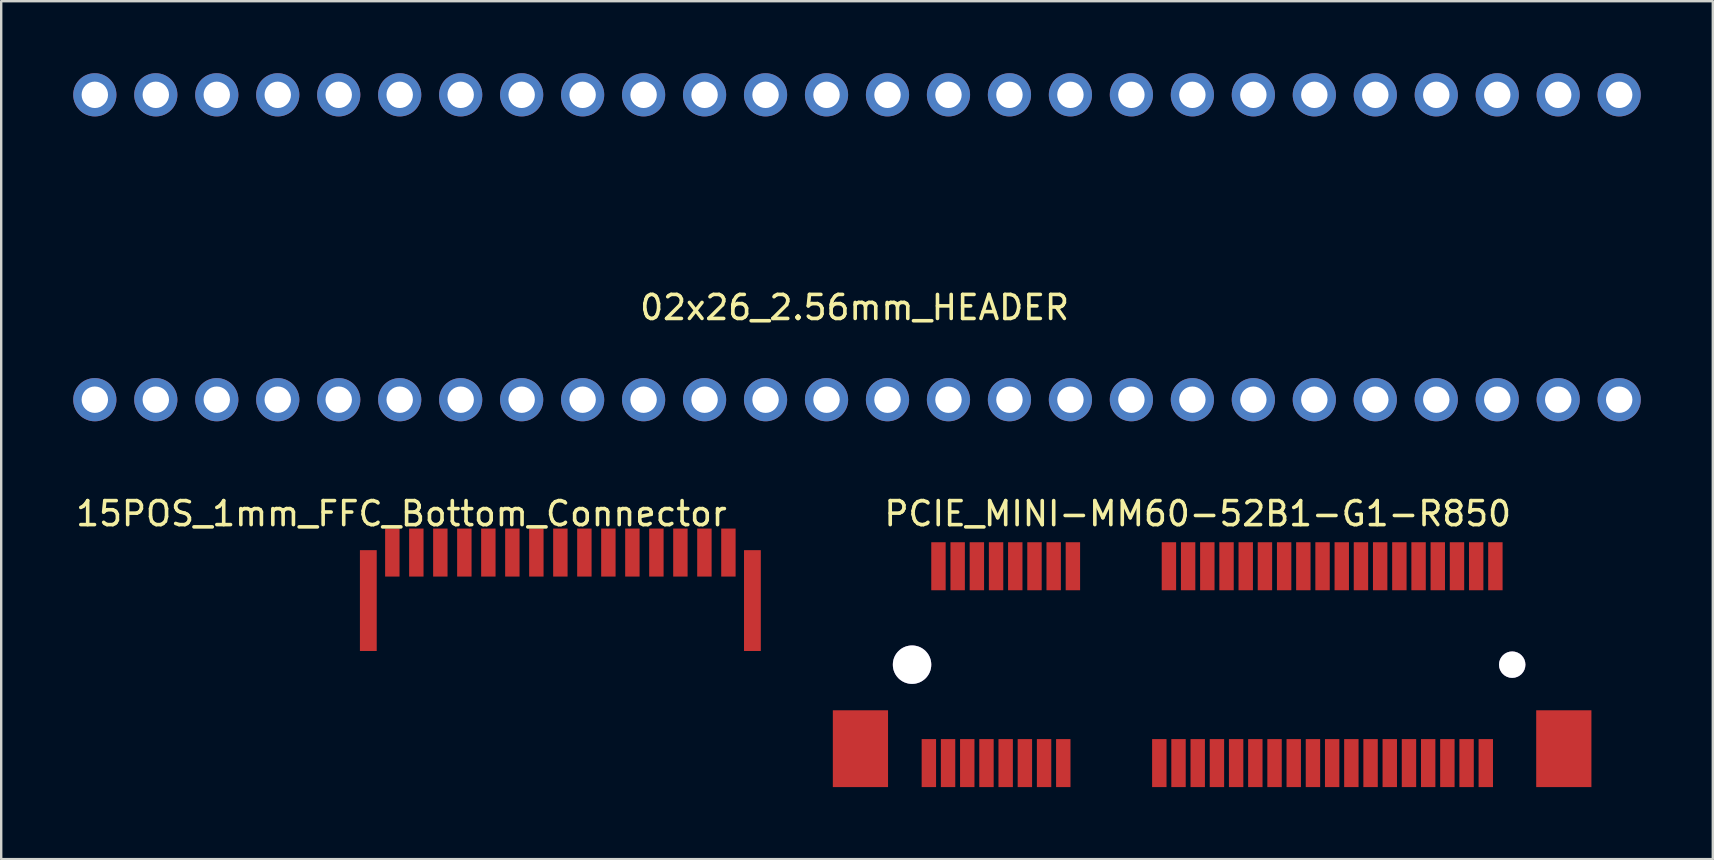
<source format=kicad_pcb>
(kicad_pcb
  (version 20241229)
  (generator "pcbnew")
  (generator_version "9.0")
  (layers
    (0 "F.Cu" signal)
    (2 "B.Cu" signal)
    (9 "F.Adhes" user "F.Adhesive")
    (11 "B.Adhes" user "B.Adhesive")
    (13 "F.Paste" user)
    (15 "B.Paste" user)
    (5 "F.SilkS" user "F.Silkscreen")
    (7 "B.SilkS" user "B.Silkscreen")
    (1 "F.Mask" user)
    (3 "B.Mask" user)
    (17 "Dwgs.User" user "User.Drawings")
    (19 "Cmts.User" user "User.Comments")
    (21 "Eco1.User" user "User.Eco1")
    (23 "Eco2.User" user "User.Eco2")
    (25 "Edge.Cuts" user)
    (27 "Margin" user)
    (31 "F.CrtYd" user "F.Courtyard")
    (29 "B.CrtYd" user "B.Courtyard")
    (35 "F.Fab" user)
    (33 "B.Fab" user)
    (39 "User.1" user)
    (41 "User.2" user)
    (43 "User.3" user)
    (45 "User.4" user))
  (footprint "PCIE_MINI-MM60-52B1-G1-R850"
    (layer "F.Cu")
    (at 34.943 24.638)
    (property "Reference" "PCIE_MINI-MM60-52B1-G1-R850" (at 11.9 -6.29 0) (layer "F.SilkS") (effects (font (size 1 1) (thickness 0.15))))
    (attr through_hole)
    (pad "" smd rect (at -2.15 3.5) (size 2.3 3.2) (layers "F.Cu" "F.Mask" "F.Paste"))
    (pad "" thru_hole circle (at 0 0) (size 1.6 1.6) (drill 1.6) (layers "*.Cu" "*.Mask"))
    (pad "" thru_hole circle (at 25 0) (size 1.1 1.1) (drill 1.1) (layers "*.Cu" "*.Mask"))
    (pad "" smd rect (at 27.15 3.5) (size 2.3 3.2) (layers "F.Cu" "F.Mask" "F.Paste"))
    (pad "1" smd rect (at 0.7 4.1) (size 0.6 2) (layers "F.Cu" "F.Mask" "F.Paste"))
    (pad "2" smd rect (at 1.1 -4.1) (size 0.6 2) (layers "F.Cu" "F.Mask" "F.Paste"))
    (pad "3" smd rect (at 1.5 4.1) (size 0.6 2) (layers "F.Cu" "F.Mask" "F.Paste"))
    (pad "4" smd rect (at 1.9 -4.1) (size 0.6 2) (layers "F.Cu" "F.Mask" "F.Paste"))
    (pad "5" smd rect (at 2.3 4.1) (size 0.6 2) (layers "F.Cu" "F.Mask" "F.Paste"))
    (pad "6" smd rect (at 2.7 -4.1) (size 0.6 2) (layers "F.Cu" "F.Mask" "F.Paste"))
    (pad "7" smd rect (at 3.1 4.1) (size 0.6 2) (layers "F.Cu" "F.Mask" "F.Paste"))
    (pad "8" smd rect (at 3.5 -4.1) (size 0.6 2) (layers "F.Cu" "F.Mask" "F.Paste"))
    (pad "9" smd rect (at 3.9 4.1) (size 0.6 2) (layers "F.Cu" "F.Mask" "F.Paste"))
    (pad "10" smd rect (at 4.3 -4.1) (size 0.6 2) (layers "F.Cu" "F.Mask" "F.Paste"))
    (pad "11" smd rect (at 4.7 4.1) (size 0.6 2) (layers "F.Cu" "F.Mask" "F.Paste"))
    (pad "12" smd rect (at 5.1 -4.1) (size 0.6 2) (layers "F.Cu" "F.Mask" "F.Paste"))
    (pad "13" smd rect (at 5.5 4.1) (size 0.6 2) (layers "F.Cu" "F.Mask" "F.Paste"))
    (pad "14" smd rect (at 5.9 -4.1) (size 0.6 2) (layers "F.Cu" "F.Mask" "F.Paste"))
    (pad "15" smd rect (at 6.3 4.1) (size 0.6 2) (layers "F.Cu" "F.Mask" "F.Paste"))
    (pad "16" smd rect (at 6.7 -4.1) (size 0.6 2) (layers "F.Cu" "F.Mask" "F.Paste"))
    (pad "17" smd rect (at 10.3 4.1) (size 0.6 2) (layers "F.Cu" "F.Mask" "F.Paste"))
    (pad "18" smd rect (at 10.7 -4.1) (size 0.6 2) (layers "F.Cu" "F.Mask" "F.Paste"))
    (pad "19" smd rect (at 11.1 4.1) (size 0.6 2) (layers "F.Cu" "F.Mask" "F.Paste"))
    (pad "20" smd rect (at 11.5 -4.1) (size 0.6 2) (layers "F.Cu" "F.Mask" "F.Paste"))
    (pad "21" smd rect (at 11.9 4.1) (size 0.6 2) (layers "F.Cu" "F.Mask" "F.Paste"))
    (pad "22" smd rect (at 12.3 -4.1) (size 0.6 2) (layers "F.Cu" "F.Mask" "F.Paste"))
    (pad "23" smd rect (at 12.7 4.1) (size 0.6 2) (layers "F.Cu" "F.Mask" "F.Paste"))
    (pad "24" smd rect (at 13.1 -4.1) (size 0.6 2) (layers "F.Cu" "F.Mask" "F.Paste"))
    (pad "25" smd rect (at 13.5 4.1) (size 0.6 2) (layers "F.Cu" "F.Mask" "F.Paste"))
    (pad "26" smd rect (at 13.9 -4.1) (size 0.6 2) (layers "F.Cu" "F.Mask" "F.Paste"))
    (pad "27" smd rect (at 14.3 4.1) (size 0.6 2) (layers "F.Cu" "F.Mask" "F.Paste"))
    (pad "28" smd rect (at 14.7 -4.1) (size 0.6 2) (layers "F.Cu" "F.Mask" "F.Paste"))
    (pad "29" smd rect (at 15.1 4.1) (size 0.6 2) (layers "F.Cu" "F.Mask" "F.Paste"))
    (pad "30" smd rect (at 15.5 -4.1) (size 0.6 2) (layers "F.Cu" "F.Mask" "F.Paste"))
    (pad "31" smd rect (at 15.9 4.1) (size 0.6 2) (layers "F.Cu" "F.Mask" "F.Paste"))
    (pad "32" smd rect (at 16.3 -4.1) (size 0.6 2) (layers "F.Cu" "F.Mask" "F.Paste"))
    (pad "33" smd rect (at 16.7 4.1) (size 0.6 2) (layers "F.Cu" "F.Mask" "F.Paste"))
    (pad "34" smd rect (at 17.1 -4.1) (size 0.6 2) (layers "F.Cu" "F.Mask" "F.Paste"))
    (pad "35" smd rect (at 17.5 4.1) (size 0.6 2) (layers "F.Cu" "F.Mask" "F.Paste"))
    (pad "36" smd rect (at 17.9 -4.1) (size 0.6 2) (layers "F.Cu" "F.Mask" "F.Paste"))
    (pad "37" smd rect (at 18.3 4.1) (size 0.6 2) (layers "F.Cu" "F.Mask" "F.Paste"))
    (pad "38" smd rect (at 18.7 -4.1) (size 0.6 2) (layers "F.Cu" "F.Mask" "F.Paste"))
    (pad "39" smd rect (at 19.1 4.1) (size 0.6 2) (layers "F.Cu" "F.Mask" "F.Paste"))
    (pad "40" smd rect (at 19.5 -4.1) (size 0.6 2) (layers "F.Cu" "F.Mask" "F.Paste"))
    (pad "41" smd rect (at 19.9 4.1) (size 0.6 2) (layers "F.Cu" "F.Mask" "F.Paste"))
    (pad "42" smd rect (at 20.3 -4.1) (size 0.6 2) (layers "F.Cu" "F.Mask" "F.Paste"))
    (pad "43" smd rect (at 20.7 4.1) (size 0.6 2) (layers "F.Cu" "F.Mask" "F.Paste"))
    (pad "44" smd rect (at 21.1 -4.1) (size 0.6 2) (layers "F.Cu" "F.Mask" "F.Paste"))
    (pad "45" smd rect (at 21.5 4.1) (size 0.6 2) (layers "F.Cu" "F.Mask" "F.Paste"))
    (pad "46" smd rect (at 21.9 -4.1) (size 0.6 2) (layers "F.Cu" "F.Mask" "F.Paste"))
    (pad "47" smd rect (at 22.3 4.1) (size 0.6 2) (layers "F.Cu" "F.Mask" "F.Paste"))
    (pad "48" smd rect (at 22.7 -4.1) (size 0.6 2) (layers "F.Cu" "F.Mask" "F.Paste"))
    (pad "49" smd rect (at 23.1 4.1) (size 0.6 2) (layers "F.Cu" "F.Mask" "F.Paste"))
    (pad "50" smd rect (at 23.5 -4.1) (size 0.6 2) (layers "F.Cu" "F.Mask" "F.Paste"))
    (pad "51" smd rect (at 23.9 4.1) (size 0.6 2) (layers "F.Cu" "F.Mask" "F.Paste"))
    (pad "52" smd rect (at 24.3 -4.1) (size 0.6 2) (layers "F.Cu" "F.Mask" "F.Paste")))
  (footprint "02x26_2.56mm_HEADER"
    (layer "F.Cu")
    (at 0.9 13.6)
    (property "Reference" "02x26_2.56mm_HEADER" (at 31.65 -3.84 0) (layer "F.SilkS") (effects (font (size 1 1) (thickness 0.15))))
    (attr through_hole)
    (pad "1" thru_hole circle (at 0 0) (size 1.8 1.8) (drill 1.1) (layers "*.Cu" "*.Mask"))
    (pad "2" thru_hole circle (at 2.54 0) (size 1.8 1.8) (drill 1.1) (layers "*.Cu" "*.Mask"))
    (pad "3" thru_hole circle (at 5.08 0) (size 1.8 1.8) (drill 1.1) (layers "*.Cu" "*.Mask"))
    (pad "4" thru_hole circle (at 7.62 0 90) (size 1.8 1.8) (drill 1.1) (layers "*.Cu" "*.Mask"))
    (pad "5" thru_hole circle (at 10.16 0) (size 1.8 1.8) (drill 1.1) (layers "*.Cu" "*.Mask"))
    (pad "6" thru_hole circle (at 12.7 0) (size 1.8 1.8) (drill 1.1) (layers "*.Cu" "*.Mask"))
    (pad "7" thru_hole circle (at 15.24 0) (size 1.8 1.8) (drill 1.1) (layers "*.Cu" "*.Mask"))
    (pad "8" thru_hole circle (at 17.78 0) (size 1.8 1.8) (drill 1.1) (layers "*.Cu" "*.Mask"))
    (pad "9" thru_hole circle (at 20.32 0) (size 1.8 1.8) (drill 1.1) (layers "*.Cu" "*.Mask"))
    (pad "10" thru_hole circle (at 22.86 0) (size 1.8 1.8) (drill 1.1) (layers "*.Cu" "*.Mask"))
    (pad "11" thru_hole circle (at 25.4 0) (size 1.8 1.8) (drill 1.1) (layers "*.Cu" "*.Mask"))
    (pad "12" thru_hole circle (at 27.94 0) (size 1.8 1.8) (drill 1.1) (layers "*.Cu" "*.Mask"))
    (pad "13" thru_hole circle (at 30.48 0) (size 1.8 1.8) (drill 1.1) (layers "*.Cu" "*.Mask"))
    (pad "14" thru_hole circle (at 33.02 0) (size 1.8 1.8) (drill 1.1) (layers "*.Cu" "*.Mask"))
    (pad "15" thru_hole circle (at 35.56 0) (size 1.8 1.8) (drill 1.1) (layers "*.Cu" "*.Mask"))
    (pad "16" thru_hole circle (at 38.1 0) (size 1.8 1.8) (drill 1.1) (layers "*.Cu" "*.Mask"))
    (pad "17" thru_hole circle (at 40.64 0) (size 1.8 1.8) (drill 1.1) (layers "*.Cu" "*.Mask"))
    (pad "18" thru_hole circle (at 43.18 0) (size 1.8 1.8) (drill 1.1) (layers "*.Cu" "*.Mask"))
    (pad "19" thru_hole circle (at 45.72 0) (size 1.8 1.8) (drill 1.1) (layers "*.Cu" "*.Mask"))
    (pad "20" thru_hole circle (at 48.26 0) (size 1.8 1.8) (drill 1.1) (layers "*.Cu" "*.Mask"))
    (pad "21" thru_hole circle (at 50.8 0) (size 1.8 1.8) (drill 1.1) (layers "*.Cu" "*.Mask"))
    (pad "22" thru_hole circle (at 53.34 0) (size 1.8 1.8) (drill 1.1) (layers "*.Cu" "*.Mask"))
    (pad "23" thru_hole circle (at 55.88 0) (size 1.8 1.8) (drill 1.1) (layers "*.Cu" "*.Mask"))
    (pad "24" thru_hole circle (at 58.42 0) (size 1.8 1.8) (drill 1.1) (layers "*.Cu" "*.Mask"))
    (pad "25" thru_hole circle (at 60.96 0) (size 1.8 1.8) (drill 1.1) (layers "*.Cu" "*.Mask"))
    (pad "26" thru_hole circle (at 63.5 0) (size 1.8 1.8) (drill 1.1) (layers "*.Cu" "*.Mask"))
    (pad "27" thru_hole circle (at 63.5 -12.7) (size 1.8 1.8) (drill 1.1) (layers "*.Cu" "*.Mask"))
    (pad "28" thru_hole circle (at 60.96 -12.7) (size 1.8 1.8) (drill 1.1) (layers "*.Cu" "*.Mask"))
    (pad "29" thru_hole circle (at 58.42 -12.7) (size 1.8 1.8) (drill 1.1) (layers "*.Cu" "*.Mask"))
    (pad "30" thru_hole circle (at 55.88 -12.7) (size 1.8 1.8) (drill 1.1) (layers "*.Cu" "*.Mask"))
    (pad "31" thru_hole circle (at 53.34 -12.7) (size 1.8 1.8) (drill 1.1) (layers "*.Cu" "*.Mask"))
    (pad "32" thru_hole circle (at 50.8 -12.7) (size 1.8 1.8) (drill 1.1) (layers "*.Cu" "*.Mask"))
    (pad "33" thru_hole circle (at 48.26 -12.7) (size 1.8 1.8) (drill 1.1) (layers "*.Cu" "*.Mask"))
    (pad "34" thru_hole circle (at 45.72 -12.7) (size 1.8 1.8) (drill 1.1) (layers "*.Cu" "*.Mask"))
    (pad "35" thru_hole circle (at 43.18 -12.7) (size 1.8 1.8) (drill 1.1) (layers "*.Cu" "*.Mask"))
    (pad "36" thru_hole circle (at 40.64 -12.7) (size 1.8 1.8) (drill 1.1) (layers "*.Cu" "*.Mask"))
    (pad "37" thru_hole circle (at 38.1 -12.7) (size 1.8 1.8) (drill 1.1) (layers "*.Cu" "*.Mask"))
    (pad "38" thru_hole circle (at 35.56 -12.7) (size 1.8 1.8) (drill 1.1) (layers "*.Cu" "*.Mask"))
    (pad "39" thru_hole circle (at 33.02 -12.7) (size 1.8 1.8) (drill 1.1) (layers "*.Cu" "*.Mask"))
    (pad "40" thru_hole circle (at 30.48 -12.7) (size 1.8 1.8) (drill 1.1) (layers "*.Cu" "*.Mask"))
    (pad "41" thru_hole circle (at 27.94 -12.7) (size 1.8 1.8) (drill 1.1) (layers "*.Cu" "*.Mask"))
    (pad "42" thru_hole circle (at 25.4 -12.7) (size 1.8 1.8) (drill 1.1) (layers "*.Cu" "*.Mask"))
    (pad "43" thru_hole circle (at 22.86 -12.7) (size 1.8 1.8) (drill 1.1) (layers "*.Cu" "*.Mask"))
    (pad "44" thru_hole circle (at 20.32 -12.7) (size 1.8 1.8) (drill 1.1) (layers "*.Cu" "*.Mask"))
    (pad "45" thru_hole circle (at 17.78 -12.7) (size 1.8 1.8) (drill 1.1) (layers "*.Cu" "*.Mask"))
    (pad "46" thru_hole circle (at 15.24 -12.7) (size 1.8 1.8) (drill 1.1) (layers "*.Cu" "*.Mask"))
    (pad "47" thru_hole circle (at 12.7 -12.7) (size 1.8 1.8) (drill 1.1) (layers "*.Cu" "*.Mask"))
    (pad "48" thru_hole circle (at 10.16 -12.7) (size 1.8 1.8) (drill 1.1) (layers "*.Cu" "*.Mask"))
    (pad "49" thru_hole circle (at 7.62 -12.7) (size 1.8 1.8) (drill 1.1) (layers "*.Cu" "*.Mask"))
    (pad "50" thru_hole circle (at 5.08 -12.7) (size 1.8 1.8) (drill 1.1) (layers "*.Cu" "*.Mask"))
    (pad "51" thru_hole circle (at 2.54 -12.7) (size 1.8 1.8) (drill 1.1) (layers "*.Cu" "*.Mask"))
    (pad "52" thru_hole circle (at 0 -12.7) (size 1.8 1.8) (drill 1.1) (layers "*.Cu" "*.Mask")))
  (footprint "15POS_1mm_FFC_Bottom_Connector"
    (layer "F.Cu")
    (at 13.293 19.968)
    (property "Reference" "15POS_1mm_FFC_Bottom_Connector" (at 0.38 -1.62 0) (layer "F.SilkS") (effects (font (size 1 1) (thickness 0.15))))
    (attr through_hole)
    (pad "" smd rect (at -1 2) (size 0.7 4.2) (layers "F.Cu" "F.Mask" "F.Paste"))
    (pad "" smd rect (at 15 2) (size 0.7 4.2) (layers "F.Cu" "F.Mask" "F.Paste"))
    (pad "1" smd rect (at 0 0) (size 0.6 2) (layers "F.Cu" "F.Mask" "F.Paste"))
    (pad "2" smd rect (at 1 0) (size 0.6 2) (layers "F.Cu" "F.Mask" "F.Paste"))
    (pad "3" smd rect (at 2 0) (size 0.6 2) (layers "F.Cu" "F.Mask" "F.Paste"))
    (pad "4" smd rect (at 3 0) (size 0.6 2) (layers "F.Cu" "F.Mask" "F.Paste"))
    (pad "5" smd rect (at 4 0) (size 0.6 2) (layers "F.Cu" "F.Mask" "F.Paste"))
    (pad "6" smd rect (at 5 0) (size 0.6 2) (layers "F.Cu" "F.Mask" "F.Paste"))
    (pad "7" smd rect (at 6 0) (size 0.6 2) (layers "F.Cu" "F.Mask" "F.Paste"))
    (pad "8" smd rect (at 7 0) (size 0.6 2) (layers "F.Cu" "F.Mask" "F.Paste"))
    (pad "9" smd rect (at 8 0) (size 0.6 2) (layers "F.Cu" "F.Mask" "F.Paste"))
    (pad "10" smd rect (at 9 0) (size 0.6 2) (layers "F.Cu" "F.Mask" "F.Paste"))
    (pad "11" smd rect (at 10 0) (size 0.6 2) (layers "F.Cu" "F.Mask" "F.Paste"))
    (pad "12" smd rect (at 11 0) (size 0.6 2) (layers "F.Cu" "F.Mask" "F.Paste"))
    (pad "13" smd rect (at 12 0) (size 0.6 2) (layers "F.Cu" "F.Mask" "F.Paste"))
    (pad "14" smd rect (at 13 0) (size 0.6 2) (layers "F.Cu" "F.Mask" "F.Paste"))
    (pad "15" smd rect (at 14 0) (size 0.6 2) (layers "F.Cu" "F.Mask" "F.Paste")))
  (gr_rect
    (start -3 -3)
    (end 68.3 32.738)
    (stroke (width 0.1) (type default))
    (fill no)
    (layer "Edge.Cuts")))
</source>
